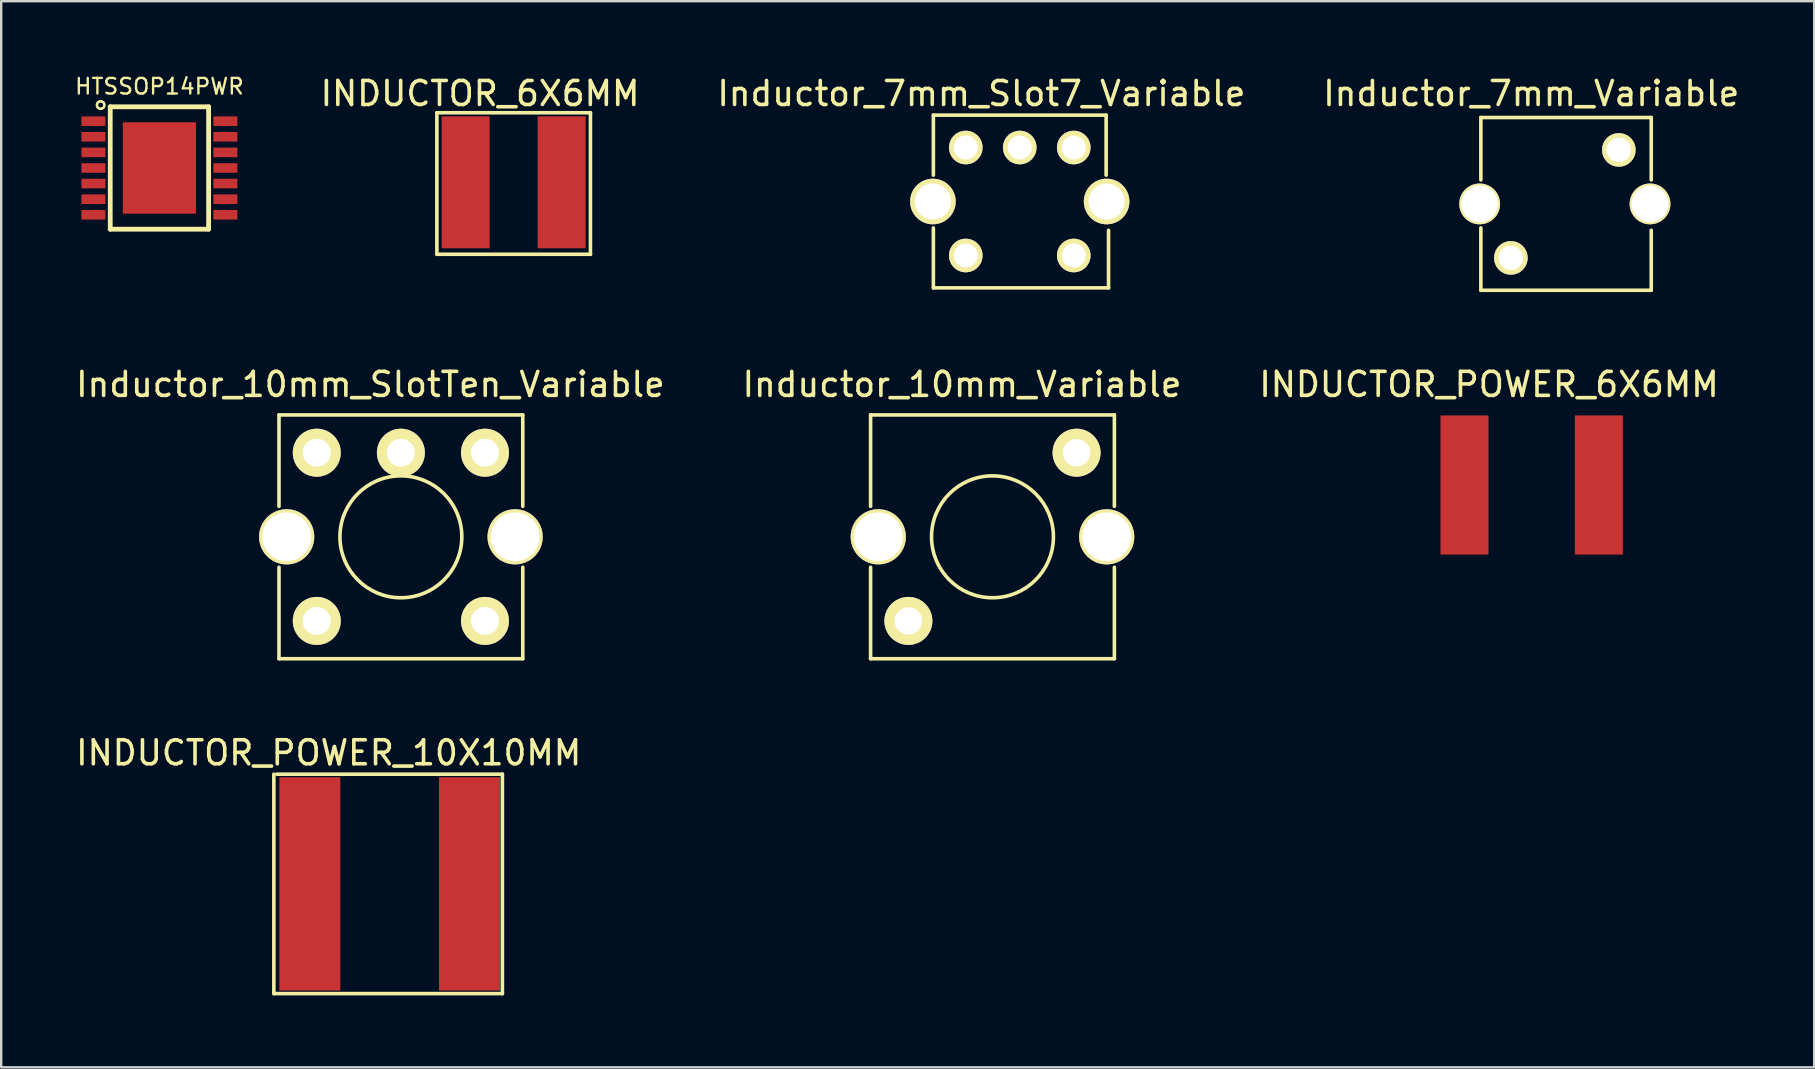
<source format=kicad_pcb>
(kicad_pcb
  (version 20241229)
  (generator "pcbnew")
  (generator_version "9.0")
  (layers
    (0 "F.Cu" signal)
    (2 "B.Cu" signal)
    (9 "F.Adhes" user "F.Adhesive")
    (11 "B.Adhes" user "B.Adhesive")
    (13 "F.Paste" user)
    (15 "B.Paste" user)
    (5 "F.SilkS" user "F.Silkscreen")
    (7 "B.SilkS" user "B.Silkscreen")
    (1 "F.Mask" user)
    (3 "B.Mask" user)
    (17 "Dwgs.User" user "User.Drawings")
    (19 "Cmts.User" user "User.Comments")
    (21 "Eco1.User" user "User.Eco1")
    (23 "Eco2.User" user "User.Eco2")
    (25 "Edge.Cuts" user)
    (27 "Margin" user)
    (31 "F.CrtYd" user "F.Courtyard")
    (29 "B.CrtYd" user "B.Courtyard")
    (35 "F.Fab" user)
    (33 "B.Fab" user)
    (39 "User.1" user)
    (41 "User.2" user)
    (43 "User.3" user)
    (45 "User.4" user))
  (footprint "HTSSOP14PWR"
    (layer "F.Cu")
    (at 3.594 3.951)
    (property "Reference" "HTSSOP14PWR" (at 0 -3.4 0) (layer "F.SilkS") (effects (font (size 0.65 0.65) (thickness 0.098))))
    (attr smd)
    (fp_line (start -2.05 -2.55) (end 2.05 -2.55) (stroke (width 0.2) (type solid)) (layer "F.SilkS"))
    (fp_line (start -2.05 2.55) (end -2.05 -2.55) (stroke (width 0.2) (type solid)) (layer "F.SilkS"))
    (fp_line (start 2.05 -2.55) (end 2.05 2.55) (stroke (width 0.2) (type solid)) (layer "F.SilkS"))
    (fp_line (start 2.05 2.55) (end -2.05 2.55) (stroke (width 0.2) (type solid)) (layer "F.SilkS"))
    (fp_text user "○" (at -2.45 -2.65 0) (layer "F.SilkS") (effects (font (size 0.4 0.4) (thickness 0.1))))
    (pad "1" smd rect (at -2.75 -1.95) (size 1 0.4) (layers "F.Cu" "F.Mask" "F.Paste"))
    (pad "2" smd rect (at -2.75 -1.3) (size 1 0.4) (layers "F.Cu" "F.Mask" "F.Paste"))
    (pad "3" smd rect (at -2.75 -0.65) (size 1 0.4) (layers "F.Cu" "F.Mask" "F.Paste"))
    (pad "4" smd rect (at -2.75 0) (size 1 0.4) (layers "F.Cu" "F.Mask" "F.Paste"))
    (pad "5" smd rect (at -2.75 0.65) (size 1 0.4) (layers "F.Cu" "F.Mask" "F.Paste"))
    (pad "6" smd rect (at -2.75 1.3) (size 1 0.4) (layers "F.Cu" "F.Mask" "F.Paste"))
    (pad "7" smd rect (at -2.75 1.95) (size 1 0.4) (layers "F.Cu" "F.Mask" "F.Paste"))
    (pad "8" smd rect (at 2.75 1.95) (size 1 0.4) (layers "F.Cu" "F.Mask" "F.Paste"))
    (pad "9" smd rect (at 2.75 1.3) (size 1 0.4) (layers "F.Cu" "F.Mask" "F.Paste"))
    (pad "10" smd rect (at 2.75 0.65) (size 1 0.4) (layers "F.Cu" "F.Mask" "F.Paste"))
    (pad "11" smd rect (at 2.75 0) (size 1 0.4) (layers "F.Cu" "F.Mask" "F.Paste"))
    (pad "12" smd rect (at 2.75 -0.65) (size 1 0.4) (layers "F.Cu" "F.Mask" "F.Paste"))
    (pad "13" smd rect (at 2.75 -1.3) (size 1 0.4) (layers "F.Cu" "F.Mask" "F.Paste"))
    (pad "14" smd rect (at 2.75 -1.95) (size 1 0.4) (layers "F.Cu" "F.Mask" "F.Paste"))
    (pad "15" smd rect (at 0 0) (size 3.048 3.81) (layers "F.Cu" "F.Mask" "F.Paste")))
  (footprint "INDUCTOR_POWER_6X6MM"
    (layer "F.Cu")
    (at 60.784 17.163)
    (property "Reference" "INDUCTOR_POWER_6X6MM" (at -1.778 -4.191 0) (layer "F.SilkS") (effects (font (size 1 1) (thickness 0.15))))
    (attr through_hole)
    (pad "1" smd rect (at -2.8 0) (size 2 5.8) (layers "F.Cu" "F.Mask" "F.Paste"))
    (pad "2" smd rect (at 2.8 0) (size 2 5.8) (layers "F.Cu" "F.Mask" "F.Paste")))
  (footprint "INDUCTOR_6X6MM"
    (layer "F.Cu")
    (at 18.357 4.548)
    (property "Reference" "INDUCTOR_6X6MM" (at -1.4 -3.7 0) (layer "F.SilkS") (effects (font (size 1 1) (thickness 0.15))))
    (attr through_hole)
    (fp_line (start -3.2 -2.9) (end 3.2 -2.9) (stroke (width 0.15) (type solid)) (layer "F.SilkS"))
    (fp_line (start -3.2 3) (end -3.2 -2.9) (stroke (width 0.15) (type solid)) (layer "F.SilkS"))
    (fp_line (start 3.2 -2.9) (end 3.2 3) (stroke (width 0.15) (type solid)) (layer "F.SilkS"))
    (fp_line (start 3.2 3) (end -3.2 3) (stroke (width 0.15) (type solid)) (layer "F.SilkS"))
    (pad "1" smd rect (at -2 0) (size 2 5.5) (layers "F.Cu" "F.Mask" "F.Paste"))
    (pad "2" smd rect (at 2 0) (size 2 5.5) (layers "F.Cu" "F.Mask" "F.Paste")))
  (footprint "Inductor_7mm_Slot7_Variable"
    (layer "F.Cu")
    (at 39.449 5.348)
    (property "Reference" "Inductor_7mm_Slot7_Variable" (at -1.6 -4.5 0) (layer "F.SilkS") (effects (font (size 1 1) (thickness 0.15))))
    (attr through_hole)
    (fp_line (start -3.6 -3.6) (end 3.6 -3.6) (stroke (width 0.15) (type solid)) (layer "F.SilkS"))
    (fp_line (start -3.6 -1.1) (end -3.6 -3.6) (stroke (width 0.15) (type solid)) (layer "F.SilkS"))
    (fp_line (start -3.6 3.6) (end -3.6 1.1) (stroke (width 0.15) (type solid)) (layer "F.SilkS"))
    (fp_line (start 3.6 -3.6) (end 3.6 -1.1) (stroke (width 0.15) (type solid)) (layer "F.SilkS"))
    (fp_line (start 3.7 1.2) (end 3.7 3.6) (stroke (width 0.15) (type solid)) (layer "F.SilkS"))
    (fp_line (start 3.7 3.6) (end -3.6 3.6) (stroke (width 0.15) (type solid)) (layer "F.SilkS"))
    (pad "1" thru_hole circle (at 2.25 -2.25) (size 1.4 1.4) (drill 1) (layers "*.Cu" "*.Mask" "F.SilkS"))
    (pad "2" thru_hole circle (at 0 -2.25) (size 1.4 1.4) (drill 1) (layers "*.Cu" "*.Mask" "F.SilkS"))
    (pad "3" thru_hole circle (at -2.25 -2.25) (size 1.4 1.4) (drill 1) (layers "*.Cu" "*.Mask" "F.SilkS"))
    (pad "4" thru_hole circle (at 2.25 2.25) (size 1.4 1.4) (drill 1) (layers "*.Cu" "*.Mask" "F.SilkS"))
    (pad "5" thru_hole circle (at -2.25 2.25) (size 1.4 1.4) (drill 1) (layers "*.Cu" "*.Mask" "F.SilkS"))
    (pad "A" thru_hole circle (at -3.62 0) (size 1.9 1.9) (drill 1.5) (layers "*.Cu" "*.Mask" "F.SilkS"))
    (pad "B" thru_hole circle (at 3.62 0) (size 1.9 1.9) (drill 1.5) (layers "*.Cu" "*.Mask" "F.SilkS")))
  (footprint "Inductor_10mm_Variable"
    (layer "F.Cu")
    (at 38.312 19.322)
    (property "Reference" "Inductor_10mm_Variable" (at -1.27 -6.35 0) (layer "F.SilkS") (effects (font (size 1 1) (thickness 0.15))))
    (attr through_hole)
    (fp_line (start -5.08 -5.08) (end 5.08 -5.08) (stroke (width 0.15) (type solid)) (layer "F.SilkS"))
    (fp_line (start -5.08 -1.27) (end -5.08 -5.08) (stroke (width 0.15) (type solid)) (layer "F.SilkS"))
    (fp_line (start -5.08 5.08) (end -5.08 1.27) (stroke (width 0.15) (type solid)) (layer "F.SilkS"))
    (fp_line (start 5.08 -5.08) (end 5.08 -1.27) (stroke (width 0.15) (type solid)) (layer "F.SilkS"))
    (fp_line (start 5.08 1.27) (end 5.08 5.08) (stroke (width 0.15) (type solid)) (layer "F.SilkS"))
    (fp_line (start 5.08 5.08) (end -5.08 5.08) (stroke (width 0.15) (type solid)) (layer "F.SilkS"))
    (fp_circle (center 0 0) (end 2.54 0) (stroke (width 0.15) (type solid)) (fill no) (layer "F.SilkS"))
    (pad "" thru_hole circle (at -4.76 0) (size 2.3 2.3) (drill 2.03) (layers "*.Cu" "*.Mask" "F.SilkS"))
    (pad "" thru_hole circle (at 4.76 0) (size 2.3 2.3) (drill 2.03) (layers "*.Cu" "*.Mask" "F.SilkS"))
    (pad "1" thru_hole circle (at 3.505 -3.505) (size 2 2) (drill 1.143) (layers "*.Cu" "*.Mask" "F.SilkS"))
    (pad "3" thru_hole circle (at -3.505 3.505) (size 2 2) (drill 1.143) (layers "*.Cu" "*.Mask" "F.SilkS")))
  (footprint "INDUCTOR_POWER_10X10MM"
    (layer "F.Cu")
    (at 13.189 33.786)
    (property "Reference" "INDUCTOR_POWER_10X10MM" (at -2.54 -5.461 0) (layer "F.SilkS") (effects (font (size 1 1) (thickness 0.15))))
    (attr through_hole)
    (fp_line (start -4.826 4.572) (end -4.826 -4.572) (stroke (width 0.15) (type solid)) (layer "F.SilkS"))
    (fp_line (start -4.699 -4.572) (end 4.699 -4.572) (stroke (width 0.15) (type solid)) (layer "F.SilkS"))
    (fp_line (start 4.699 -4.572) (end 4.699 4.572) (stroke (width 0.15) (type solid)) (layer "F.SilkS"))
    (fp_line (start 4.699 4.572) (end -4.826 4.572) (stroke (width 0.15) (type solid)) (layer "F.SilkS"))
    (pad "1" smd rect (at -3.327 0) (size 2.54 8.89) (layers "F.Cu" "F.Mask" "F.Paste"))
    (pad "2" smd rect (at 3.327 0) (size 2.54 8.89) (layers "F.Cu" "F.Mask" "F.Paste")))
  (footprint "Inductor_10mm_SlotTen_Variable"
    (layer "F.Cu")
    (at 13.657 19.322)
    (property "Reference" "Inductor_10mm_SlotTen_Variable" (at -1.27 -6.35 0) (layer "F.SilkS") (effects (font (size 1 1) (thickness 0.15))))
    (attr through_hole)
    (fp_line (start -5.08 -5.08) (end 5.08 -5.08) (stroke (width 0.15) (type solid)) (layer "F.SilkS"))
    (fp_line (start -5.08 -1.27) (end -5.08 -5.08) (stroke (width 0.15) (type solid)) (layer "F.SilkS"))
    (fp_line (start -5.08 5.08) (end -5.08 1.27) (stroke (width 0.15) (type solid)) (layer "F.SilkS"))
    (fp_line (start 5.08 -5.08) (end 5.08 -1.27) (stroke (width 0.15) (type solid)) (layer "F.SilkS"))
    (fp_line (start 5.08 1.27) (end 5.08 5.08) (stroke (width 0.15) (type solid)) (layer "F.SilkS"))
    (fp_line (start 5.08 5.08) (end -5.08 5.08) (stroke (width 0.15) (type solid)) (layer "F.SilkS"))
    (fp_circle (center 0 0) (end 2.54 0) (stroke (width 0.15) (type solid)) (fill no) (layer "F.SilkS"))
    (pad "" thru_hole circle (at -4.76 0) (size 2.3 2.3) (drill 2.03) (layers "*.Cu" "*.Mask" "F.SilkS"))
    (pad "" thru_hole circle (at 4.76 0) (size 2.3 2.3) (drill 2.03) (layers "*.Cu" "*.Mask" "F.SilkS"))
    (pad "1" thru_hole circle (at 3.505 -3.505) (size 2 2) (drill 1.168) (layers "*.Cu" "*.Mask" "F.SilkS"))
    (pad "2" thru_hole circle (at 0 -3.505) (size 2 2) (drill 1.168) (layers "*.Cu" "*.Mask" "F.SilkS"))
    (pad "3" thru_hole circle (at -3.505 -3.505) (size 2 2) (drill 1.168) (layers "*.Cu" "*.Mask" "F.SilkS"))
    (pad "4" thru_hole circle (at -3.505 3.505) (size 2 2) (drill 1.168) (layers "*.Cu" "*.Mask" "F.SilkS"))
    (pad "6" thru_hole circle (at 3.505 3.505) (size 2 2) (drill 1.168) (layers "*.Cu" "*.Mask" "F.SilkS")))
  (footprint "Inductor_7mm_Variable"
    (layer "F.Cu")
    (at 62.166 5.448)
    (property "Reference" "Inductor_7mm_Variable" (at -1.4 -4.6 0) (layer "F.SilkS") (effects (font (size 1 1) (thickness 0.15))))
    (attr through_hole)
    (fp_line (start -3.5 -3.6) (end 3.6 -3.6) (stroke (width 0.15) (type solid)) (layer "F.SilkS"))
    (fp_line (start -3.5 -1) (end -3.5 -3.6) (stroke (width 0.15) (type solid)) (layer "F.SilkS"))
    (fp_line (start -3.5 3.6) (end -3.5 1) (stroke (width 0.15) (type solid)) (layer "F.SilkS"))
    (fp_line (start 3.6 -3.6) (end 3.6 -1) (stroke (width 0.15) (type solid)) (layer "F.SilkS"))
    (fp_line (start 3.6 1.1) (end 3.6 3.6) (stroke (width 0.15) (type solid)) (layer "F.SilkS"))
    (fp_line (start 3.6 3.6) (end -3.5 3.6) (stroke (width 0.15) (type solid)) (layer "F.SilkS"))
    (pad "1" thru_hole circle (at 2.25 -2.25) (size 1.4 1.4) (drill 1.016) (layers "*.Cu" "*.Mask" "F.SilkS"))
    (pad "3" thru_hole circle (at -2.25 2.25) (size 1.4 1.4) (drill 1.016) (layers "*.Cu" "*.Mask" "F.SilkS"))
    (pad "A" thru_hole circle (at 3.55 0) (size 1.7 1.7) (drill 1.52) (layers "*.Cu" "*.Mask" "F.SilkS"))
    (pad "B" thru_hole circle (at -3.55 0) (size 1.7 1.7) (drill 1.52) (layers "*.Cu" "*.Mask" "F.SilkS")))
  (gr_rect
    (start -3 -3)
    (end 72.558 41.433)
    (stroke (width 0.1) (type default))
    (fill no)
    (layer "Edge.Cuts")))
</source>
